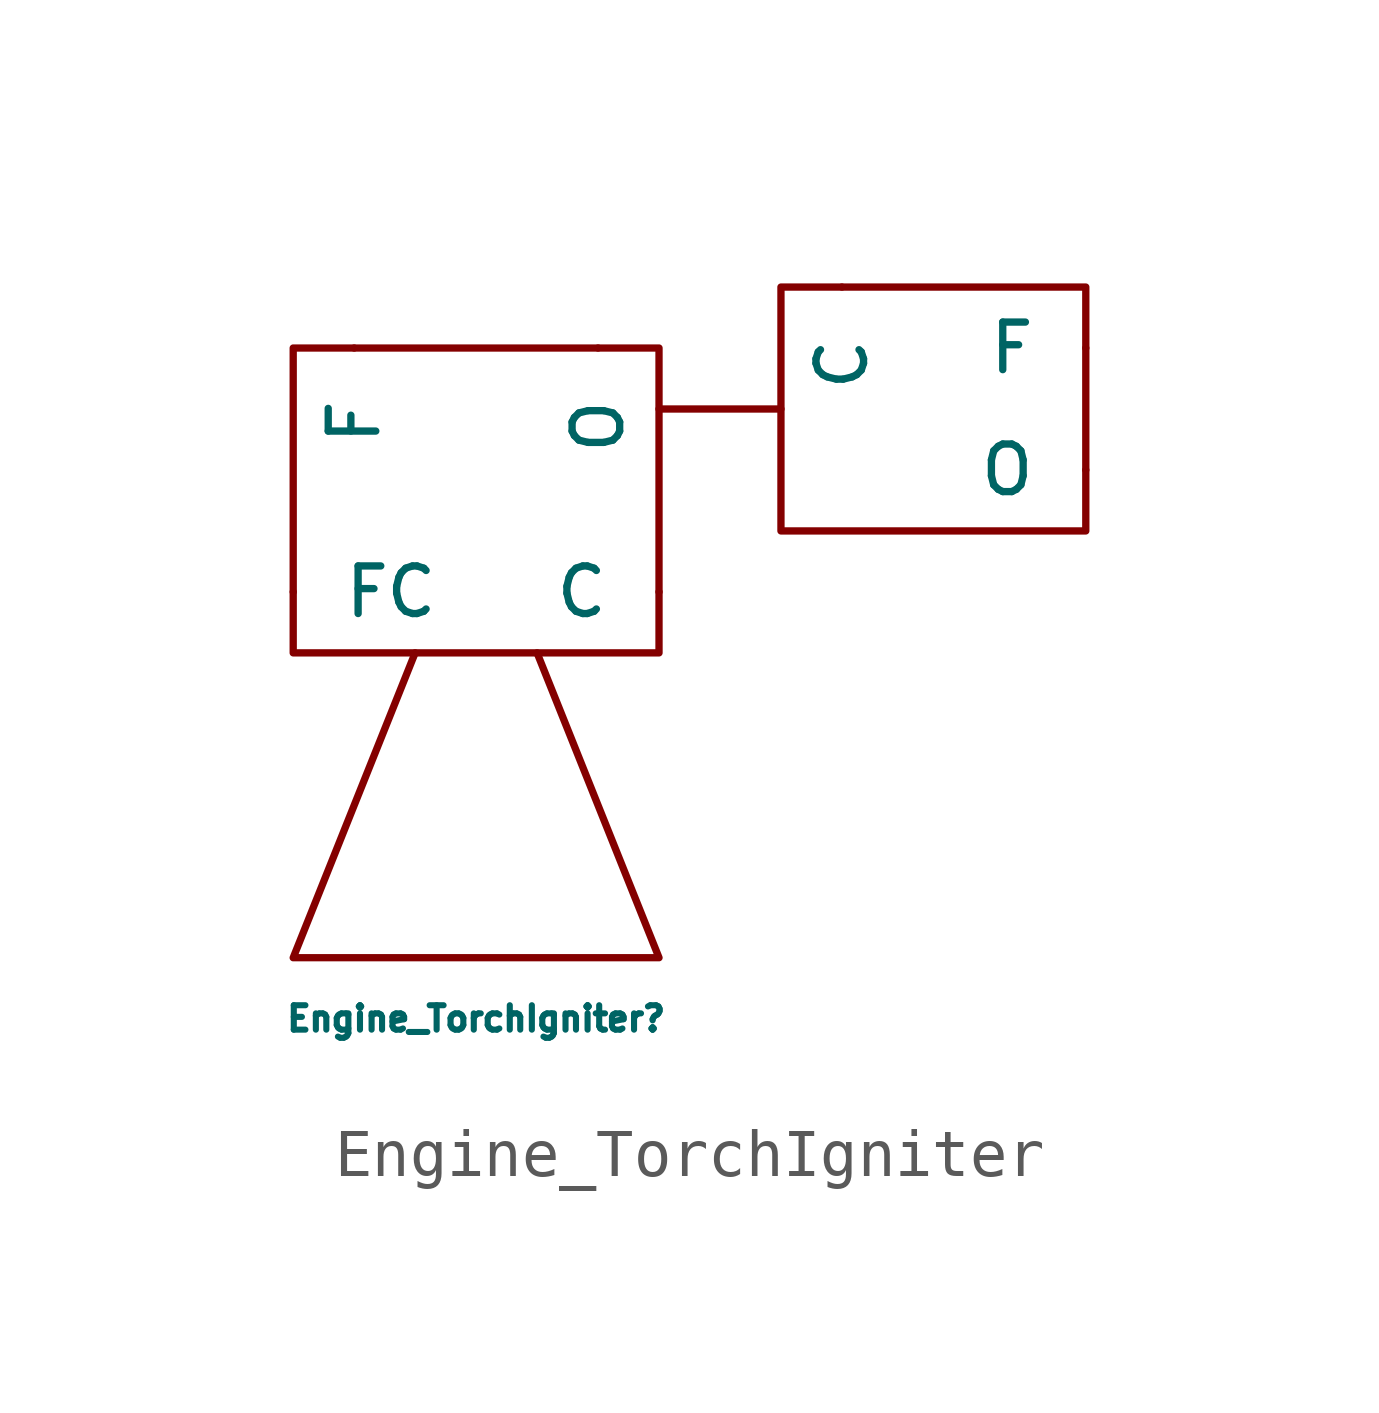
<source format=kicad_sym>
(kicad_symbol_lib
  (version 20211014)
  (generator kicad_symbol_editor)
  (symbol "Engine_TorchIgniter"
    (pin_numbers hide)
    (pin_names
      (offset 1.016))
    (property "Reference" "Engine_TorchIgniter"
      (at 0 -11.43 0)
      (effects (font (size 0.508 0.508))))
    (symbol "Engine_TorchIgniter_0_0"
      (rectangle (start -3.81 2.54) (end 3.81 -3.81) (stroke (width 0) (type default) (color 0 0 0 0)) (fill (type none)))
      (polyline (pts (xy 6.35 1.27) (xy 3.81 1.27)) (stroke (width 0) (type default) (color 0 0 0 0)) (fill (type none)))
      (polyline (pts (xy -1.27 -3.81) (xy -3.81 -10.16) (xy 3.81 -10.16) (xy 1.27 -3.81)) (stroke (width 0) (type default) (color 0 0 0 0)) (fill (type none)))
      (rectangle (start 12.7 3.81) (end 6.35 -1.27) (stroke (width 0) (type default) (color 0 0 0 0)) (fill (type none))))
    (symbol "Engine_TorchIgniter_1_1"
      (pin bidirectional line (at 3.81 -2.54 180) (length 0) (name "C" (effects (font (size 0.991 0.991)))) (number "~" (effects (font (size 1.27 1.27)))))
      (pin bidirectional line (at 7.62 3.81 270) (length 0) (name "C" (effects (font (size 0.991 0.991)))) (number "~" (effects (font (size 1.27 1.27)))))
      (pin input line (at -2.54 2.54 270) (length 0) (name "F" (effects (font (size 0.991 0.991)))) (number "~" (effects (font (size 1.27 1.27)))))
      (pin input line (at 12.7 2.54 180) (length 0) (name "F" (effects (font (size 0.991 0.991)))) (number "~" (effects (font (size 1.27 1.27)))))
      (pin input line (at -3.81 -2.54 0) (length 0) (name "FC" (effects (font (size 0.991 0.991)))) (number "~" (effects (font (size 1.27 1.27)))))
      (pin input line (at 2.54 2.54 270) (length 0) (name "O" (effects (font (size 0.991 0.991)))) (number "~" (effects (font (size 1.27 1.27)))))
      (pin input line (at 12.7 0 180) (length 0) (name "O" (effects (font (size 0.991 0.991)))) (number "~" (effects (font (size 1.27 1.27))))))))
</source>
